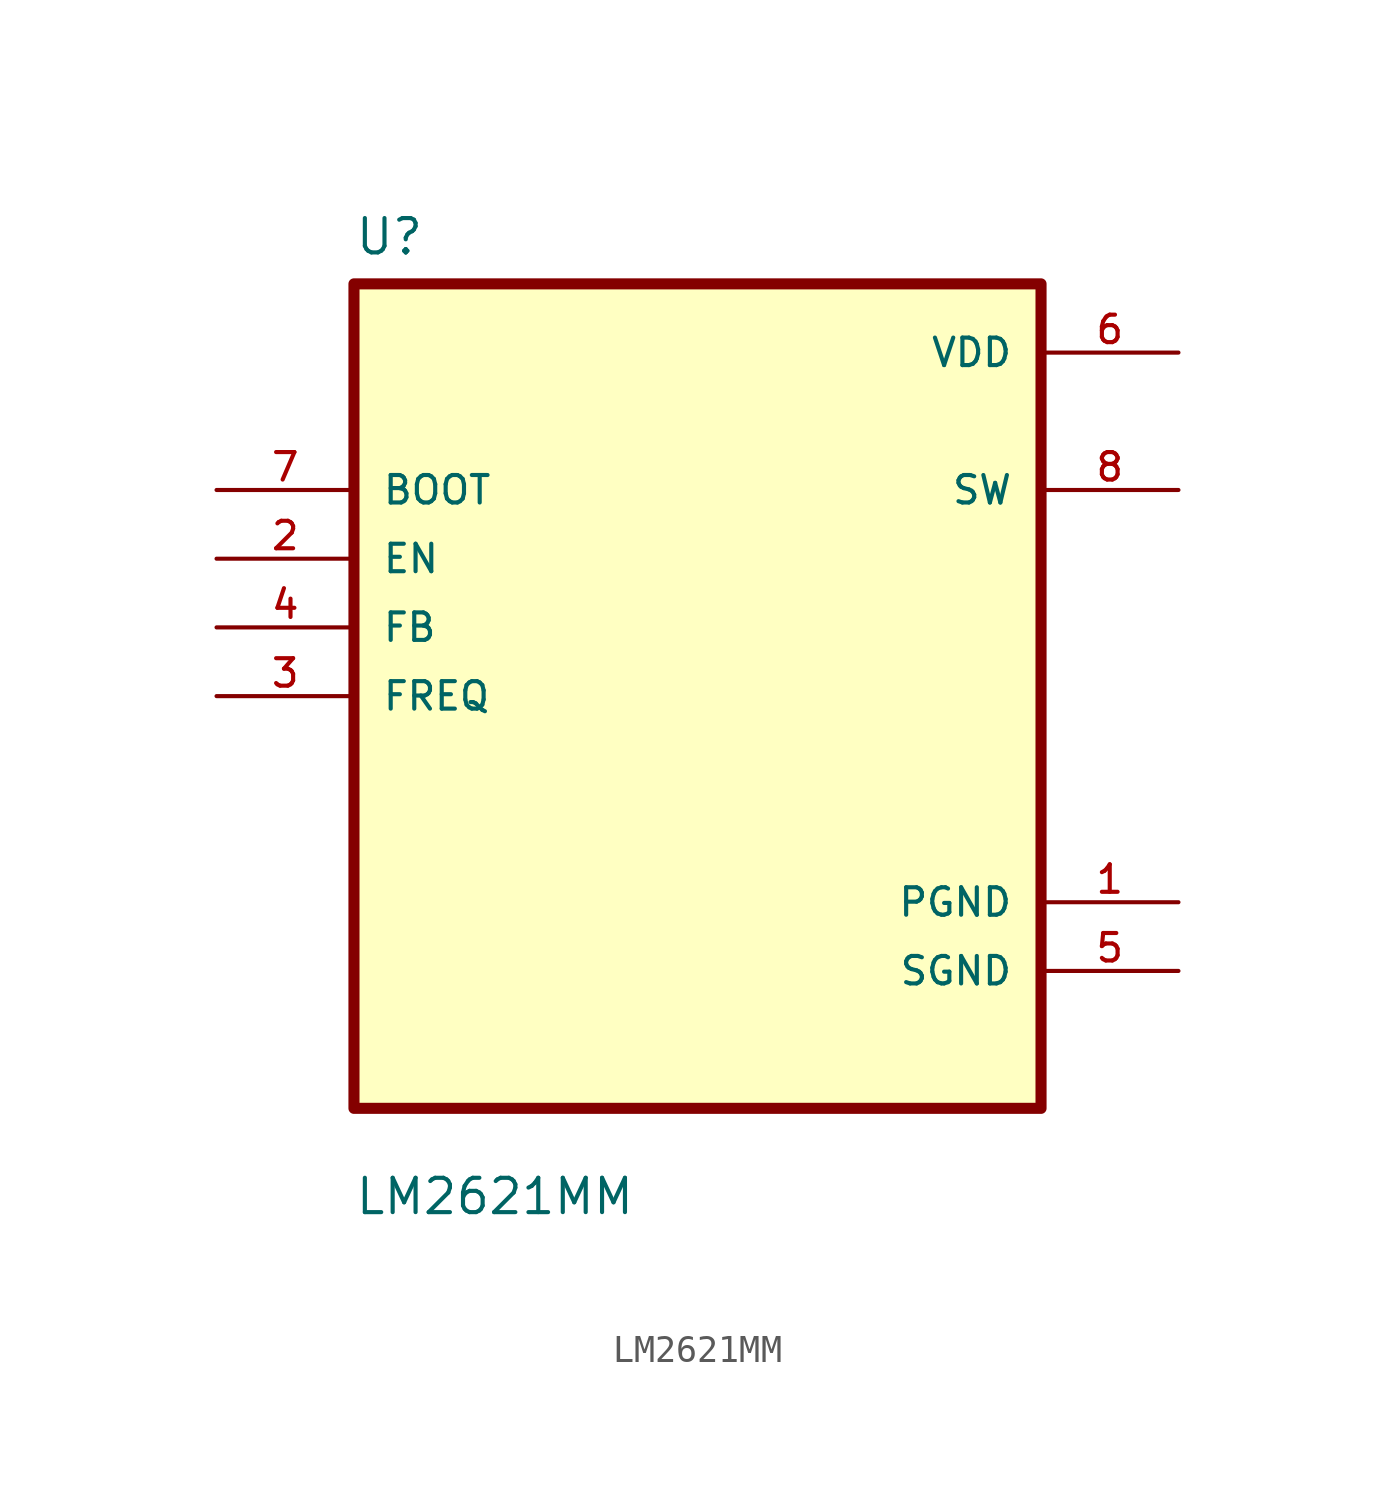
<source format=kicad_sym>
(kicad_symbol_lib
  (version 20211014)
  (generator kicad_symbol_editor)
  (symbol "LM2621MM"
    (pin_names
      (offset 1.016))
    (property "Reference" "U"
      (at -12.7 16.24 0.0)
      (effects (font (size 1.27 1.27)) (justify bottom left)))
    (property "Value" "LM2621MM"
      (at -12.7 -19.24 0.0)
      (effects (font (size 1.27 1.27)) (justify bottom left)))
    (symbol "LM2621MM_0_0"
      (rectangle (start -12.7 -15.24) (end 12.7 15.24) (stroke (width 0.41)) (fill (type background)))
      (pin input line (at -17.78 7.62 0) (length 5.08) (name "BOOT" (effects (font (size 1.016 1.016)))) (number "7" (effects (font (size 1.016 1.016)))))
      (pin input line (at -17.78 5.08 0) (length 5.08) (name "EN" (effects (font (size 1.016 1.016)))) (number "2" (effects (font (size 1.016 1.016)))))
      (pin input line (at -17.78 2.54 0) (length 5.08) (name "FB" (effects (font (size 1.016 1.016)))) (number "4" (effects (font (size 1.016 1.016)))))
      (pin input line (at -17.78 0.0 0) (length 5.08) (name "FREQ" (effects (font (size 1.016 1.016)))) (number "3" (effects (font (size 1.016 1.016)))))
      (pin power_in line (at 17.78 12.7 180.0) (length 5.08) (name "VDD" (effects (font (size 1.016 1.016)))) (number "6" (effects (font (size 1.016 1.016)))))
      (pin output line (at 17.78 7.62 180.0) (length 5.08) (name "SW" (effects (font (size 1.016 1.016)))) (number "8" (effects (font (size 1.016 1.016)))))
      (pin power_in line (at 17.78 -7.62 180.0) (length 5.08) (name "PGND" (effects (font (size 1.016 1.016)))) (number "1" (effects (font (size 1.016 1.016)))))
      (pin power_in line (at 17.78 -10.16 180.0) (length 5.08) (name "SGND" (effects (font (size 1.016 1.016)))) (number "5" (effects (font (size 1.016 1.016))))))))
</source>
